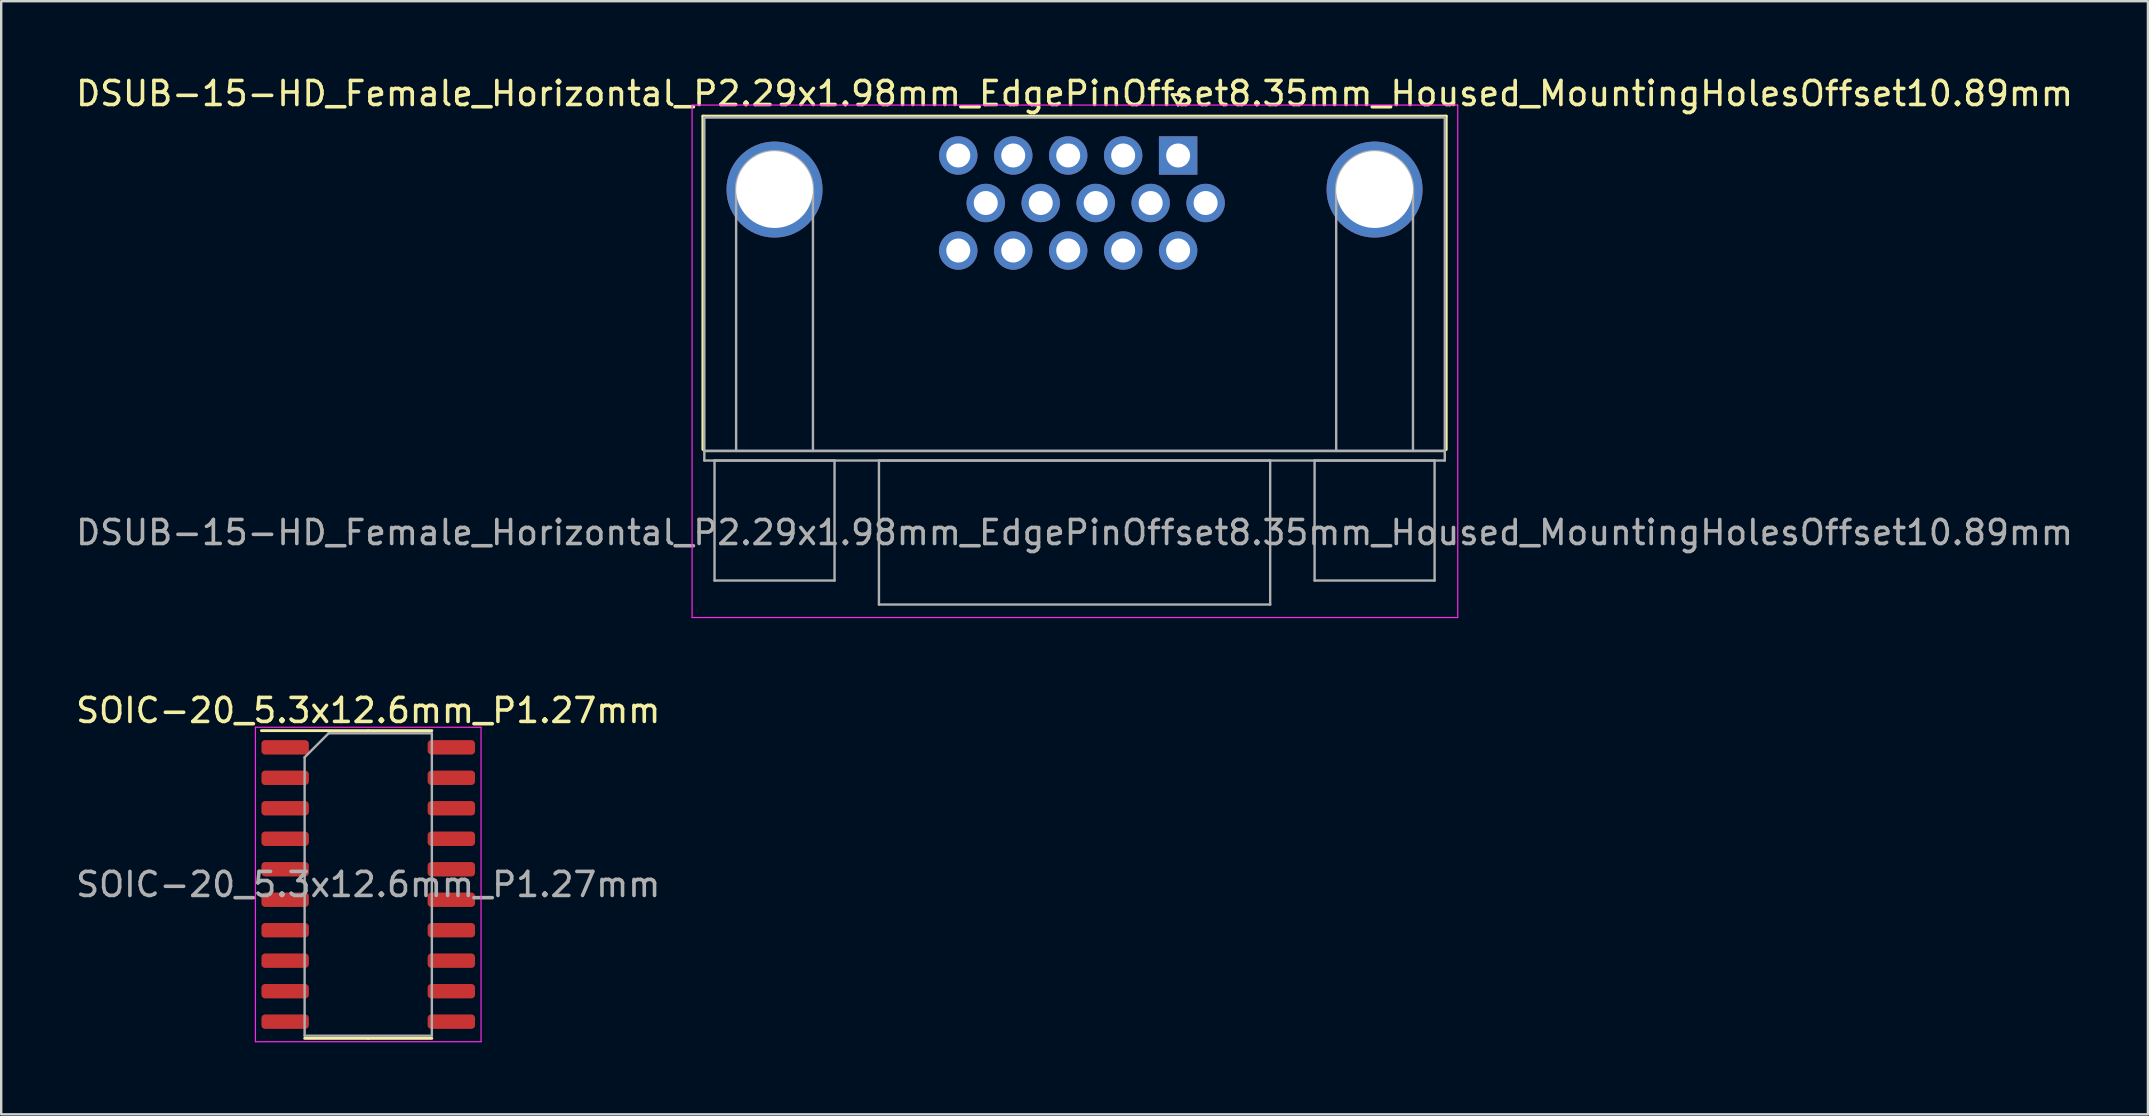
<source format=kicad_pcb>
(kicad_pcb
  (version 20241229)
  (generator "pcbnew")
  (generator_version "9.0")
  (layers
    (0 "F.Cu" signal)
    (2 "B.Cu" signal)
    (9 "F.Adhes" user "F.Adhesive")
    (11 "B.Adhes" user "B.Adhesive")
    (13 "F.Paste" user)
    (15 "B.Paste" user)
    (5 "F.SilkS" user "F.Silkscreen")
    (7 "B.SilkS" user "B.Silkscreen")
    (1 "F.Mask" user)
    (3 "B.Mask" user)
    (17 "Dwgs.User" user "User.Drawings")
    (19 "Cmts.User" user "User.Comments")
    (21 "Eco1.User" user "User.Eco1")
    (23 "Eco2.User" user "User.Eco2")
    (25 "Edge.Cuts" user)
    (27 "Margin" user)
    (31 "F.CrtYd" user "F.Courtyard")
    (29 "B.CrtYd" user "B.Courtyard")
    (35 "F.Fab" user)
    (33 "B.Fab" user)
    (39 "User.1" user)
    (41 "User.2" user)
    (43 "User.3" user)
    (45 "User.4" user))
  (footprint "SOIC-20_5.3x12.6mm_P1.27mm"
    (layer "F.Cu")
    (at 12.292 33.801)
    (property "Reference" "SOIC-20_5.3x12.6mm_P1.27mm" (at 0 -7.25 0) (layer "F.SilkS") (effects (font (size 1 1) (thickness 0.15))))
    (attr smd)
    (fp_line (start 0 -6.41) (end -4.45 -6.41) (stroke (width 0.12) (type solid)) (layer "F.SilkS"))
    (fp_line (start 0 -6.41) (end 2.65 -6.41) (stroke (width 0.12) (type solid)) (layer "F.SilkS"))
    (fp_line (start 0 6.41) (end -2.65 6.41) (stroke (width 0.12) (type solid)) (layer "F.SilkS"))
    (fp_line (start 0 6.41) (end 2.65 6.41) (stroke (width 0.12) (type solid)) (layer "F.SilkS"))
    (fp_line (start -4.7 -6.55) (end -4.7 6.55) (stroke (width 0.05) (type solid)) (layer "F.CrtYd"))
    (fp_line (start -4.7 6.55) (end 4.7 6.55) (stroke (width 0.05) (type solid)) (layer "F.CrtYd"))
    (fp_line (start 4.7 -6.55) (end -4.7 -6.55) (stroke (width 0.05) (type solid)) (layer "F.CrtYd"))
    (fp_line (start 4.7 6.55) (end 4.7 -6.55) (stroke (width 0.05) (type solid)) (layer "F.CrtYd"))
    (fp_line (start -2.65 -5.3) (end -1.65 -6.3) (stroke (width 0.1) (type solid)) (layer "F.Fab"))
    (fp_line (start -2.65 6.3) (end -2.65 -5.3) (stroke (width 0.1) (type solid)) (layer "F.Fab"))
    (fp_line (start -1.65 -6.3) (end 2.65 -6.3) (stroke (width 0.1) (type solid)) (layer "F.Fab"))
    (fp_line (start 2.65 -6.3) (end 2.65 6.3) (stroke (width 0.1) (type solid)) (layer "F.Fab"))
    (fp_line (start 2.65 6.3) (end -2.65 6.3) (stroke (width 0.1) (type solid)) (layer "F.Fab"))
    (fp_text user "${REFERENCE}" (at 0 0 0) (layer "F.Fab") (effects (font (size 1 1) (thickness 0.15))))
    (pad "1" smd roundrect (at -3.462 -5.715) (size 1.975 0.6) (layers "F.Cu" "F.Mask" "F.Paste") (roundrect_rratio 0.25))
    (pad "2" smd roundrect (at -3.462 -4.445) (size 1.975 0.6) (layers "F.Cu" "F.Mask" "F.Paste") (roundrect_rratio 0.25))
    (pad "3" smd roundrect (at -3.462 -3.175) (size 1.975 0.6) (layers "F.Cu" "F.Mask" "F.Paste") (roundrect_rratio 0.25))
    (pad "4" smd roundrect (at -3.462 -1.905) (size 1.975 0.6) (layers "F.Cu" "F.Mask" "F.Paste") (roundrect_rratio 0.25))
    (pad "5" smd roundrect (at -3.462 -0.635) (size 1.975 0.6) (layers "F.Cu" "F.Mask" "F.Paste") (roundrect_rratio 0.25))
    (pad "6" smd roundrect (at -3.462 0.635) (size 1.975 0.6) (layers "F.Cu" "F.Mask" "F.Paste") (roundrect_rratio 0.25))
    (pad "7" smd roundrect (at -3.462 1.905) (size 1.975 0.6) (layers "F.Cu" "F.Mask" "F.Paste") (roundrect_rratio 0.25))
    (pad "8" smd roundrect (at -3.462 3.175) (size 1.975 0.6) (layers "F.Cu" "F.Mask" "F.Paste") (roundrect_rratio 0.25))
    (pad "9" smd roundrect (at -3.462 4.445) (size 1.975 0.6) (layers "F.Cu" "F.Mask" "F.Paste") (roundrect_rratio 0.25))
    (pad "10" smd roundrect (at -3.462 5.715) (size 1.975 0.6) (layers "F.Cu" "F.Mask" "F.Paste") (roundrect_rratio 0.25))
    (pad "11" smd roundrect (at 3.462 5.715) (size 1.975 0.6) (layers "F.Cu" "F.Mask" "F.Paste") (roundrect_rratio 0.25))
    (pad "12" smd roundrect (at 3.462 4.445) (size 1.975 0.6) (layers "F.Cu" "F.Mask" "F.Paste") (roundrect_rratio 0.25))
    (pad "13" smd roundrect (at 3.462 3.175) (size 1.975 0.6) (layers "F.Cu" "F.Mask" "F.Paste") (roundrect_rratio 0.25))
    (pad "14" smd roundrect (at 3.462 1.905) (size 1.975 0.6) (layers "F.Cu" "F.Mask" "F.Paste") (roundrect_rratio 0.25))
    (pad "15" smd roundrect (at 3.462 0.635) (size 1.975 0.6) (layers "F.Cu" "F.Mask" "F.Paste") (roundrect_rratio 0.25))
    (pad "16" smd roundrect (at 3.462 -0.635) (size 1.975 0.6) (layers "F.Cu" "F.Mask" "F.Paste") (roundrect_rratio 0.25))
    (pad "17" smd roundrect (at 3.462 -1.905) (size 1.975 0.6) (layers "F.Cu" "F.Mask" "F.Paste") (roundrect_rratio 0.25))
    (pad "18" smd roundrect (at 3.462 -3.175) (size 1.975 0.6) (layers "F.Cu" "F.Mask" "F.Paste") (roundrect_rratio 0.25))
    (pad "19" smd roundrect (at 3.462 -4.445) (size 1.975 0.6) (layers "F.Cu" "F.Mask" "F.Paste") (roundrect_rratio 0.25))
    (pad "20" smd roundrect (at 3.462 -5.715) (size 1.975 0.6) (layers "F.Cu" "F.Mask" "F.Paste") (roundrect_rratio 0.25)))
  (footprint "DSUB-15-HD_Female_Horizontal_P2.29x1.98mm_EdgePinOffset8.35mm_Housed_MountingHolesOffset10.89mm"
    (layer "F.Cu")
    (at 46.035 3.428)
    (property "Reference" "DSUB-15-HD_Female_Horizontal_P2.29x1.98mm_EdgePinOffset8.35mm_Housed_MountingHolesOffset10.89mm" (at -4.315 -2.58 180) (layer "F.SilkS") (effects (font (size 1 1) (thickness 0.15))))
    (attr through_hole)
    (fp_line (start -19.8 -1.64) (end 11.17 -1.64) (stroke (width 0.12) (type solid)) (layer "F.SilkS"))
    (fp_line (start -19.8 12.25) (end -19.8 -1.64) (stroke (width 0.12) (type solid)) (layer "F.SilkS"))
    (fp_line (start -0.25 -2.534) (end 0.25 -2.534) (stroke (width 0.12) (type solid)) (layer "F.SilkS"))
    (fp_line (start 0 -2.101) (end -0.25 -2.534) (stroke (width 0.12) (type solid)) (layer "F.SilkS"))
    (fp_line (start 0.25 -2.534) (end 0 -2.101) (stroke (width 0.12) (type solid)) (layer "F.SilkS"))
    (fp_line (start 11.17 -1.64) (end 11.17 12.25) (stroke (width 0.12) (type solid)) (layer "F.SilkS"))
    (fp_line (start -20.25 -2.1) (end -20.25 19.25) (stroke (width 0.05) (type solid)) (layer "F.CrtYd"))
    (fp_line (start -20.25 19.25) (end 11.65 19.25) (stroke (width 0.05) (type solid)) (layer "F.CrtYd"))
    (fp_line (start 11.65 -2.1) (end -20.25 -2.1) (stroke (width 0.05) (type solid)) (layer "F.CrtYd"))
    (fp_line (start 11.65 19.25) (end 11.65 -2.1) (stroke (width 0.05) (type solid)) (layer "F.CrtYd"))
    (fp_line (start -19.74 -1.58) (end -19.74 12.31) (stroke (width 0.1) (type solid)) (layer "F.Fab"))
    (fp_line (start -19.74 12.31) (end -19.74 12.71) (stroke (width 0.1) (type solid)) (layer "F.Fab"))
    (fp_line (start -19.74 12.31) (end 11.11 12.31) (stroke (width 0.1) (type solid)) (layer "F.Fab"))
    (fp_line (start -19.74 12.71) (end 11.11 12.71) (stroke (width 0.1) (type solid)) (layer "F.Fab"))
    (fp_line (start -19.315 12.71) (end -19.315 17.71) (stroke (width 0.1) (type solid)) (layer "F.Fab"))
    (fp_line (start -19.315 17.71) (end -14.315 17.71) (stroke (width 0.1) (type solid)) (layer "F.Fab"))
    (fp_line (start -18.415 12.31) (end -18.415 1.42) (stroke (width 0.1) (type solid)) (layer "F.Fab"))
    (fp_line (start -15.215 12.31) (end -15.215 1.42) (stroke (width 0.1) (type solid)) (layer "F.Fab"))
    (fp_line (start -14.315 12.71) (end -19.315 12.71) (stroke (width 0.1) (type solid)) (layer "F.Fab"))
    (fp_line (start -14.315 17.71) (end -14.315 12.71) (stroke (width 0.1) (type solid)) (layer "F.Fab"))
    (fp_line (start -12.465 12.71) (end -12.465 18.71) (stroke (width 0.1) (type solid)) (layer "F.Fab"))
    (fp_line (start -12.465 18.71) (end 3.835 18.71) (stroke (width 0.1) (type solid)) (layer "F.Fab"))
    (fp_line (start 3.835 12.71) (end -12.465 12.71) (stroke (width 0.1) (type solid)) (layer "F.Fab"))
    (fp_line (start 3.835 18.71) (end 3.835 12.71) (stroke (width 0.1) (type solid)) (layer "F.Fab"))
    (fp_line (start 5.685 12.71) (end 5.685 17.71) (stroke (width 0.1) (type solid)) (layer "F.Fab"))
    (fp_line (start 5.685 17.71) (end 10.685 17.71) (stroke (width 0.1) (type solid)) (layer "F.Fab"))
    (fp_line (start 6.585 12.31) (end 6.585 1.42) (stroke (width 0.1) (type solid)) (layer "F.Fab"))
    (fp_line (start 9.785 12.31) (end 9.785 1.42) (stroke (width 0.1) (type solid)) (layer "F.Fab"))
    (fp_line (start 10.685 12.71) (end 5.685 12.71) (stroke (width 0.1) (type solid)) (layer "F.Fab"))
    (fp_line (start 10.685 17.71) (end 10.685 12.71) (stroke (width 0.1) (type solid)) (layer "F.Fab"))
    (fp_line (start 11.11 -1.58) (end -19.74 -1.58) (stroke (width 0.1) (type solid)) (layer "F.Fab"))
    (fp_line (start 11.11 12.31) (end -19.74 12.31) (stroke (width 0.1) (type solid)) (layer "F.Fab"))
    (fp_line (start 11.11 12.31) (end 11.11 -1.58) (stroke (width 0.1) (type solid)) (layer "F.Fab"))
    (fp_line (start 11.11 12.71) (end 11.11 12.31) (stroke (width 0.1) (type solid)) (layer "F.Fab"))
    (fp_arc (start -18.415 1.42) (mid -16.815 -0.18) (end -15.215 1.42) (stroke (width 0.1) (type solid)) (layer "F.Fab"))
    (fp_arc (start 6.585 1.42) (mid 8.185 -0.18) (end 9.785 1.42) (stroke (width 0.1) (type solid)) (layer "F.Fab"))
    (fp_text user "${REFERENCE}" (at -4.315 15.71 180) (layer "F.Fab") (effects (font (size 1 1) (thickness 0.15))))
    (pad "" thru_hole circle (at -16.815 1.42) (size 4 4) (drill 3.2) (layers "*.Cu" "*.Mask"))
    (pad "" thru_hole circle (at 8.185 1.42) (size 4 4) (drill 3.2) (layers "*.Cu" "*.Mask"))
    (pad "1" thru_hole rect (at 0 0) (size 1.6 1.6) (drill 1) (layers "*.Cu" "*.Mask"))
    (pad "2" thru_hole circle (at -2.29 0) (size 1.6 1.6) (drill 1) (layers "*.Cu" "*.Mask"))
    (pad "3" thru_hole circle (at -4.58 0) (size 1.6 1.6) (drill 1) (layers "*.Cu" "*.Mask"))
    (pad "4" thru_hole circle (at -6.87 0) (size 1.6 1.6) (drill 1) (layers "*.Cu" "*.Mask"))
    (pad "5" thru_hole circle (at -9.16 0) (size 1.6 1.6) (drill 1) (layers "*.Cu" "*.Mask"))
    (pad "6" thru_hole circle (at 1.145 1.98) (size 1.6 1.6) (drill 1) (layers "*.Cu" "*.Mask"))
    (pad "7" thru_hole circle (at -1.145 1.98) (size 1.6 1.6) (drill 1) (layers "*.Cu" "*.Mask"))
    (pad "8" thru_hole circle (at -3.435 1.98) (size 1.6 1.6) (drill 1) (layers "*.Cu" "*.Mask"))
    (pad "9" thru_hole circle (at -5.725 1.98) (size 1.6 1.6) (drill 1) (layers "*.Cu" "*.Mask"))
    (pad "10" thru_hole circle (at -8.015 1.98) (size 1.6 1.6) (drill 1) (layers "*.Cu" "*.Mask"))
    (pad "11" thru_hole circle (at 0 3.96) (size 1.6 1.6) (drill 1) (layers "*.Cu" "*.Mask"))
    (pad "12" thru_hole circle (at -2.29 3.96) (size 1.6 1.6) (drill 1) (layers "*.Cu" "*.Mask"))
    (pad "13" thru_hole circle (at -4.58 3.96) (size 1.6 1.6) (drill 1) (layers "*.Cu" "*.Mask"))
    (pad "14" thru_hole circle (at -6.87 3.96) (size 1.6 1.6) (drill 1) (layers "*.Cu" "*.Mask"))
    (pad "15" thru_hole circle (at -9.16 3.96) (size 1.6 1.6) (drill 1) (layers "*.Cu" "*.Mask")))
  (gr_rect
    (start -3 -3)
    (end 86.44 43.377)
    (stroke (width 0.1) (type default))
    (fill no)
    (layer "Edge.Cuts")))
</source>
